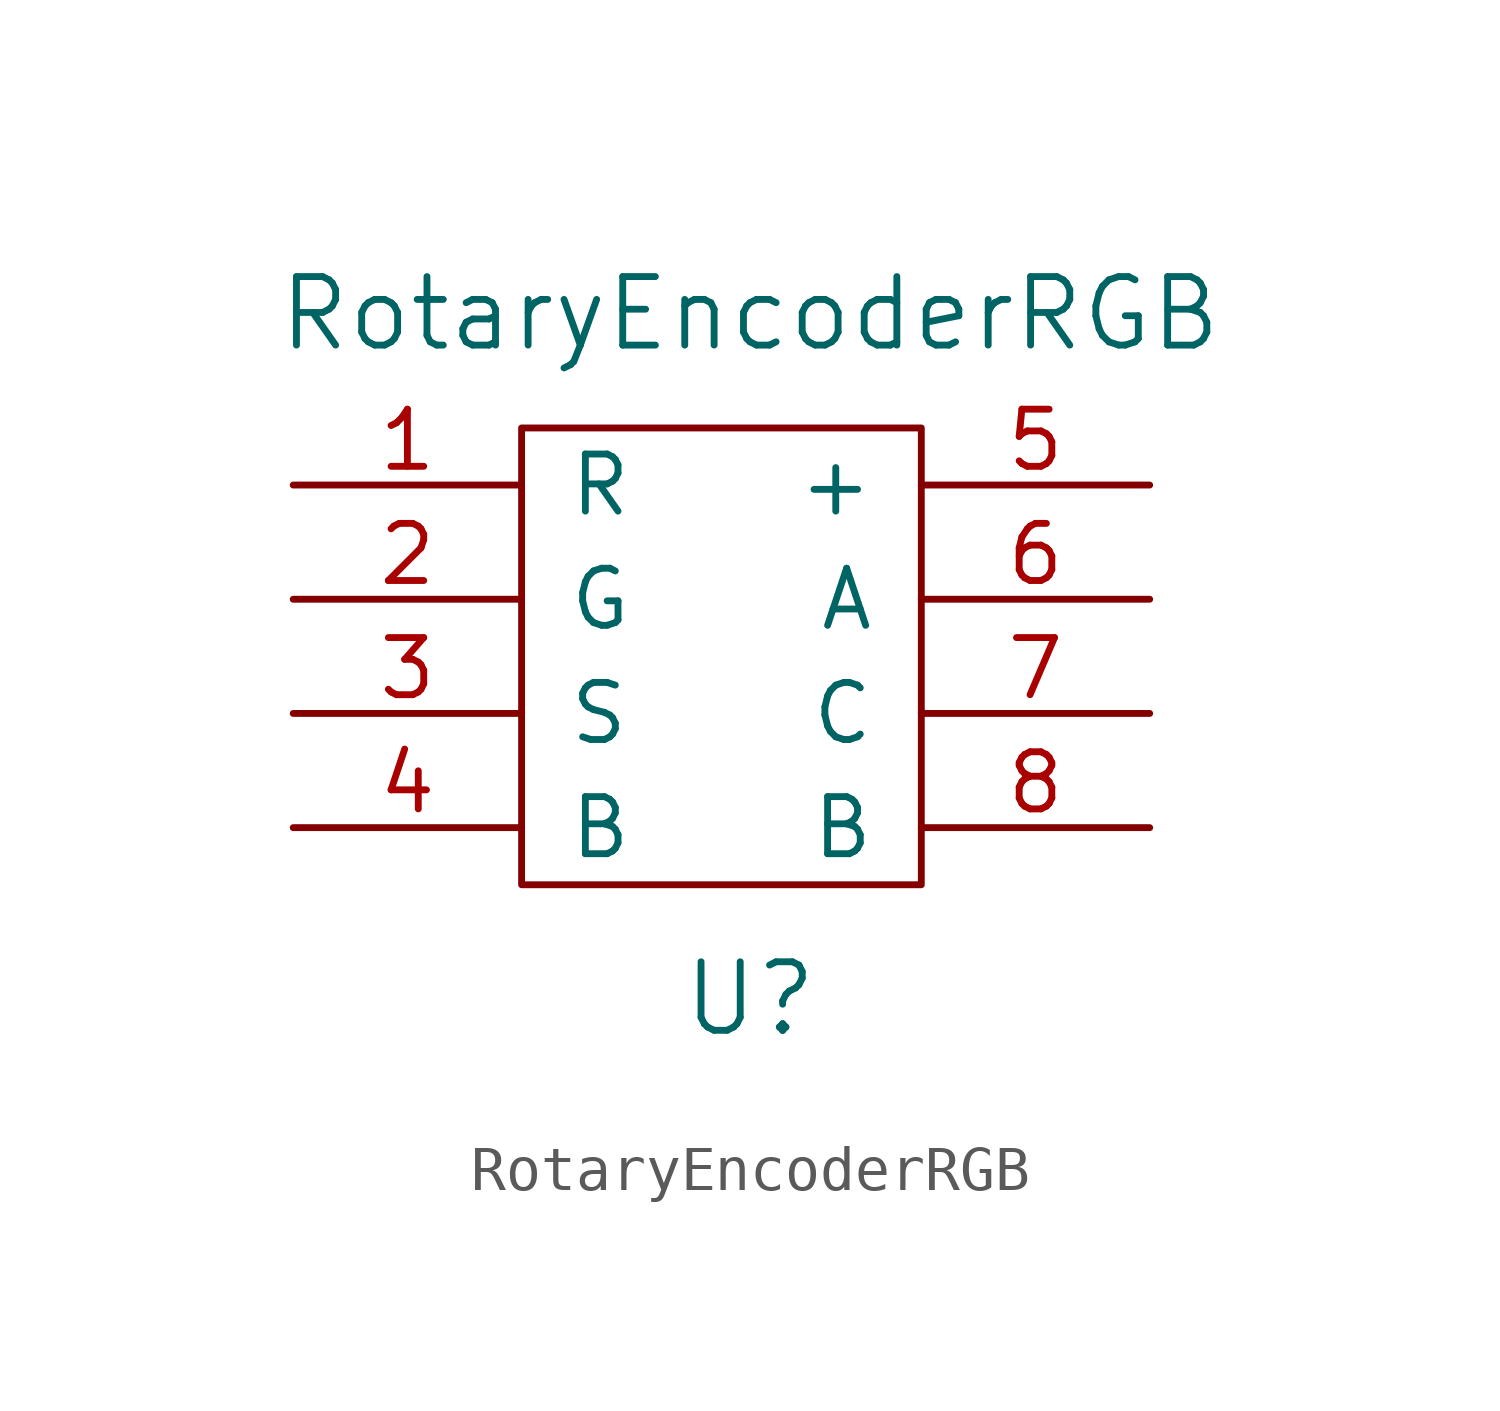
<source format=kicad_sym>
(kicad_symbol_lib
  (version 20211014)
  (generator kicad_symbol_editor)
  (symbol "RotaryEncoderRGB"
    (pin_names
      (offset 1.016))
    (property "Reference" "U"
      (at 0 -7.62 0)
      (effects (font (size 1.524 1.524))))
    (property "Value" "RotaryEncoderRGB"
      (at 0 7.62 0)
      (effects (font (size 1.524 1.524))))
    (symbol "RotaryEncoderRGB_0_1"
      (rectangle (start 3.81 -5.08) (end -5.08 5.08) (stroke (width 0) (type default) (color 0 0 0 0)) (fill (type none))))
    (symbol "RotaryEncoderRGB_1_1"
      (pin input line (at -10.16 3.81 0) (length 5.08) (name "R" (effects (font (size 1.27 1.27)))) (number "1" (effects (font (size 1.27 1.27)))))
      (pin input line (at -10.16 1.27 0) (length 5.08) (name "G" (effects (font (size 1.27 1.27)))) (number "2" (effects (font (size 1.27 1.27)))))
      (pin input line (at -10.16 -1.27 0) (length 5.08) (name "S" (effects (font (size 1.27 1.27)))) (number "3" (effects (font (size 1.27 1.27)))))
      (pin input line (at -10.16 -3.81 0) (length 5.08) (name "B" (effects (font (size 1.27 1.27)))) (number "4" (effects (font (size 1.27 1.27)))))
      (pin input line (at 8.89 3.81 180) (length 5.08) (name "+" (effects (font (size 1.27 1.27)))) (number "5" (effects (font (size 1.27 1.27)))))
      (pin input line (at 8.89 1.27 180) (length 5.08) (name "A" (effects (font (size 1.27 1.27)))) (number "6" (effects (font (size 1.27 1.27)))))
      (pin input line (at 8.89 -1.27 180) (length 5.08) (name "C" (effects (font (size 1.27 1.27)))) (number "7" (effects (font (size 1.27 1.27)))))
      (pin input line (at 8.89 -3.81 180) (length 5.08) (name "B" (effects (font (size 1.27 1.27)))) (number "8" (effects (font (size 1.27 1.27))))))))
</source>
